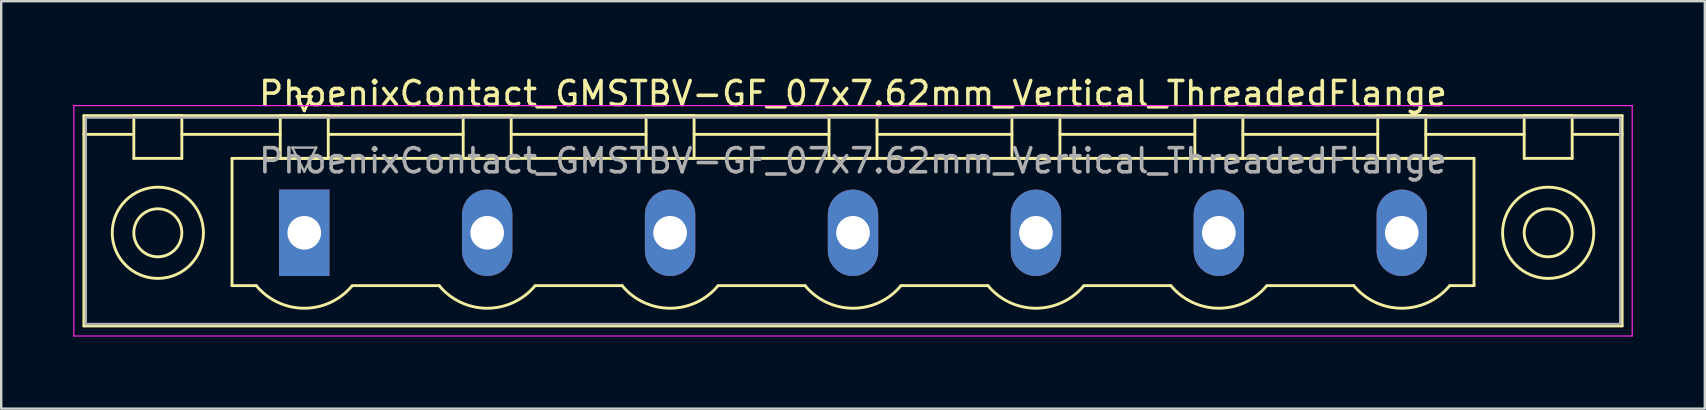
<source format=kicad_pcb>
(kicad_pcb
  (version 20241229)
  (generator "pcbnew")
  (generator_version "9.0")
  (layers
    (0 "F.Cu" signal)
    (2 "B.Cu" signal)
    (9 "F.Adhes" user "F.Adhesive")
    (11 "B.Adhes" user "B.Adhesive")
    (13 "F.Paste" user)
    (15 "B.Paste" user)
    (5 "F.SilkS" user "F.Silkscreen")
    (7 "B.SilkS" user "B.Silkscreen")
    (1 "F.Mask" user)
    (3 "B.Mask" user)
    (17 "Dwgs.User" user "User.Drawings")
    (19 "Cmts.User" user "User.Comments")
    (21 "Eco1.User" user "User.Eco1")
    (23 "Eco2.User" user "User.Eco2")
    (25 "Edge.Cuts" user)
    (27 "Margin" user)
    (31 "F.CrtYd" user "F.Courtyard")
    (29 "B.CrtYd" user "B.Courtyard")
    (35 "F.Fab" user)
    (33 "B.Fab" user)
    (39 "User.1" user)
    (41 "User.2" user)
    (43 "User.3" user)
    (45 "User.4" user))
  (footprint "PhoenixContact_GMSTBV-GF_07x7.62mm_Vertical_ThreadedFlange"
    (layer "F.Cu")
    (at 9.625 6.648)
    (property "Reference" "PhoenixContact_GMSTBV-GF_07x7.62mm_Vertical_ThreadedFlange" (at 22.86 -5.8 0) (layer "F.SilkS") (effects (font (size 1 1) (thickness 0.15))))
    (attr through_hole)
    (fp_line (start -9.18 -4.88) (end -9.18 3.88) (stroke (width 0.12) (type solid)) (layer "F.SilkS"))
    (fp_line (start -9.18 -4.1) (end -7.18 -4.1) (stroke (width 0.12) (type solid)) (layer "F.SilkS"))
    (fp_line (start -9.18 3.88) (end 54.9 3.88) (stroke (width 0.12) (type solid)) (layer "F.SilkS"))
    (fp_line (start -7.1 -4.88) (end -5.1 -4.88) (stroke (width 0.12) (type solid)) (layer "F.SilkS"))
    (fp_line (start -7.1 -3.1) (end -7.1 -4.88) (stroke (width 0.12) (type solid)) (layer "F.SilkS"))
    (fp_line (start -5.1 -4.88) (end -5.1 -3.1) (stroke (width 0.12) (type solid)) (layer "F.SilkS"))
    (fp_line (start -5.1 -4.1) (end -1 -4.1) (stroke (width 0.12) (type solid)) (layer "F.SilkS"))
    (fp_line (start -5.1 -3.1) (end -7.1 -3.1) (stroke (width 0.12) (type solid)) (layer "F.SilkS"))
    (fp_line (start -3.01 -3.1) (end 48.73 -3.1) (stroke (width 0.12) (type solid)) (layer "F.SilkS"))
    (fp_line (start -3.01 2.2) (end -3.01 -3.1) (stroke (width 0.12) (type solid)) (layer "F.SilkS"))
    (fp_line (start -2 2.2) (end -3.01 2.2) (stroke (width 0.12) (type solid)) (layer "F.SilkS"))
    (fp_line (start -1 -4.88) (end 1 -4.88) (stroke (width 0.12) (type solid)) (layer "F.SilkS"))
    (fp_line (start -1 -3.1) (end -1 -4.88) (stroke (width 0.12) (type solid)) (layer "F.SilkS"))
    (fp_line (start -0.3 -5.68) (end 0.3 -5.68) (stroke (width 0.12) (type solid)) (layer "F.SilkS"))
    (fp_line (start 0 -5.08) (end -0.3 -5.68) (stroke (width 0.12) (type solid)) (layer "F.SilkS"))
    (fp_line (start 0.3 -5.68) (end 0 -5.08) (stroke (width 0.12) (type solid)) (layer "F.SilkS"))
    (fp_line (start 1 -4.88) (end 1 -3.1) (stroke (width 0.12) (type solid)) (layer "F.SilkS"))
    (fp_line (start 1 -4.1) (end 6.62 -4.1) (stroke (width 0.12) (type solid)) (layer "F.SilkS"))
    (fp_line (start 1 -3.1) (end -1 -3.1) (stroke (width 0.12) (type solid)) (layer "F.SilkS"))
    (fp_line (start 2 2.2) (end 5.62 2.2) (stroke (width 0.12) (type solid)) (layer "F.SilkS"))
    (fp_line (start 6.62 -4.88) (end 8.62 -4.88) (stroke (width 0.12) (type solid)) (layer "F.SilkS"))
    (fp_line (start 6.62 -3.1) (end 6.62 -4.88) (stroke (width 0.12) (type solid)) (layer "F.SilkS"))
    (fp_line (start 8.62 -4.88) (end 8.62 -3.1) (stroke (width 0.12) (type solid)) (layer "F.SilkS"))
    (fp_line (start 8.62 -4.1) (end 14.24 -4.1) (stroke (width 0.12) (type solid)) (layer "F.SilkS"))
    (fp_line (start 8.62 -3.1) (end 6.62 -3.1) (stroke (width 0.12) (type solid)) (layer "F.SilkS"))
    (fp_line (start 9.62 2.2) (end 13.24 2.2) (stroke (width 0.12) (type solid)) (layer "F.SilkS"))
    (fp_line (start 14.24 -4.88) (end 16.24 -4.88) (stroke (width 0.12) (type solid)) (layer "F.SilkS"))
    (fp_line (start 14.24 -3.1) (end 14.24 -4.88) (stroke (width 0.12) (type solid)) (layer "F.SilkS"))
    (fp_line (start 16.24 -4.88) (end 16.24 -3.1) (stroke (width 0.12) (type solid)) (layer "F.SilkS"))
    (fp_line (start 16.24 -4.1) (end 21.86 -4.1) (stroke (width 0.12) (type solid)) (layer "F.SilkS"))
    (fp_line (start 16.24 -3.1) (end 14.24 -3.1) (stroke (width 0.12) (type solid)) (layer "F.SilkS"))
    (fp_line (start 17.24 2.2) (end 20.86 2.2) (stroke (width 0.12) (type solid)) (layer "F.SilkS"))
    (fp_line (start 21.86 -4.88) (end 23.86 -4.88) (stroke (width 0.12) (type solid)) (layer "F.SilkS"))
    (fp_line (start 21.86 -3.1) (end 21.86 -4.88) (stroke (width 0.12) (type solid)) (layer "F.SilkS"))
    (fp_line (start 23.86 -4.88) (end 23.86 -3.1) (stroke (width 0.12) (type solid)) (layer "F.SilkS"))
    (fp_line (start 23.86 -4.1) (end 29.48 -4.1) (stroke (width 0.12) (type solid)) (layer "F.SilkS"))
    (fp_line (start 23.86 -3.1) (end 21.86 -3.1) (stroke (width 0.12) (type solid)) (layer "F.SilkS"))
    (fp_line (start 24.86 2.2) (end 28.48 2.2) (stroke (width 0.12) (type solid)) (layer "F.SilkS"))
    (fp_line (start 29.48 -4.88) (end 31.48 -4.88) (stroke (width 0.12) (type solid)) (layer "F.SilkS"))
    (fp_line (start 29.48 -3.1) (end 29.48 -4.88) (stroke (width 0.12) (type solid)) (layer "F.SilkS"))
    (fp_line (start 31.48 -4.88) (end 31.48 -3.1) (stroke (width 0.12) (type solid)) (layer "F.SilkS"))
    (fp_line (start 31.48 -4.1) (end 37.1 -4.1) (stroke (width 0.12) (type solid)) (layer "F.SilkS"))
    (fp_line (start 31.48 -3.1) (end 29.48 -3.1) (stroke (width 0.12) (type solid)) (layer "F.SilkS"))
    (fp_line (start 32.48 2.2) (end 36.1 2.2) (stroke (width 0.12) (type solid)) (layer "F.SilkS"))
    (fp_line (start 37.1 -4.88) (end 39.1 -4.88) (stroke (width 0.12) (type solid)) (layer "F.SilkS"))
    (fp_line (start 37.1 -3.1) (end 37.1 -4.88) (stroke (width 0.12) (type solid)) (layer "F.SilkS"))
    (fp_line (start 39.1 -4.88) (end 39.1 -3.1) (stroke (width 0.12) (type solid)) (layer "F.SilkS"))
    (fp_line (start 39.1 -4.1) (end 44.72 -4.1) (stroke (width 0.12) (type solid)) (layer "F.SilkS"))
    (fp_line (start 39.1 -3.1) (end 37.1 -3.1) (stroke (width 0.12) (type solid)) (layer "F.SilkS"))
    (fp_line (start 40.1 2.2) (end 43.72 2.2) (stroke (width 0.12) (type solid)) (layer "F.SilkS"))
    (fp_line (start 44.72 -4.88) (end 46.72 -4.88) (stroke (width 0.12) (type solid)) (layer "F.SilkS"))
    (fp_line (start 44.72 -3.1) (end 44.72 -4.88) (stroke (width 0.12) (type solid)) (layer "F.SilkS"))
    (fp_line (start 46.72 -4.88) (end 46.72 -3.1) (stroke (width 0.12) (type solid)) (layer "F.SilkS"))
    (fp_line (start 46.72 -4.1) (end 50.82 -4.1) (stroke (width 0.12) (type solid)) (layer "F.SilkS"))
    (fp_line (start 46.72 -3.1) (end 44.72 -3.1) (stroke (width 0.12) (type solid)) (layer "F.SilkS"))
    (fp_line (start 48.73 -3.1) (end 48.73 2.2) (stroke (width 0.12) (type solid)) (layer "F.SilkS"))
    (fp_line (start 48.73 2.2) (end 47.72 2.2) (stroke (width 0.12) (type solid)) (layer "F.SilkS"))
    (fp_line (start 50.82 -4.88) (end 52.82 -4.88) (stroke (width 0.12) (type solid)) (layer "F.SilkS"))
    (fp_line (start 50.82 -3.1) (end 50.82 -4.88) (stroke (width 0.12) (type solid)) (layer "F.SilkS"))
    (fp_line (start 52.82 -4.88) (end 52.82 -3.1) (stroke (width 0.12) (type solid)) (layer "F.SilkS"))
    (fp_line (start 52.82 -3.1) (end 50.82 -3.1) (stroke (width 0.12) (type solid)) (layer "F.SilkS"))
    (fp_line (start 54.9 -4.88) (end -9.18 -4.88) (stroke (width 0.12) (type solid)) (layer "F.SilkS"))
    (fp_line (start 54.9 -4.1) (end 52.9 -4.1) (stroke (width 0.12) (type solid)) (layer "F.SilkS"))
    (fp_line (start 54.9 3.88) (end 54.9 -4.88) (stroke (width 0.12) (type solid)) (layer "F.SilkS"))
    (fp_arc (start 1.986842 2.215821) (mid -0.010289 3.142758) (end -2 2.2) (stroke (width 0.12) (type solid)) (layer "F.SilkS"))
    (fp_arc (start 9.606842 2.215821) (mid 7.609711 3.142758) (end 5.62 2.2) (stroke (width 0.12) (type solid)) (layer "F.SilkS"))
    (fp_arc (start 17.226842 2.215821) (mid 15.229711 3.142758) (end 13.24 2.2) (stroke (width 0.12) (type solid)) (layer "F.SilkS"))
    (fp_arc (start 24.846842 2.215821) (mid 22.849711 3.142758) (end 20.86 2.2) (stroke (width 0.12) (type solid)) (layer "F.SilkS"))
    (fp_arc (start 32.466842 2.215821) (mid 30.469711 3.142758) (end 28.48 2.2) (stroke (width 0.12) (type solid)) (layer "F.SilkS"))
    (fp_arc (start 40.086842 2.215821) (mid 38.089711 3.142758) (end 36.1 2.2) (stroke (width 0.12) (type solid)) (layer "F.SilkS"))
    (fp_arc (start 47.706842 2.215821) (mid 45.709711 3.142758) (end 43.72 2.2) (stroke (width 0.12) (type solid)) (layer "F.SilkS"))
    (fp_circle (center -6.1 0) (end -5.1 0) (stroke (width 0.12) (type solid)) (fill no) (layer "F.SilkS"))
    (fp_circle (center -6.1 0) (end -4.2 0) (stroke (width 0.12) (type solid)) (fill no) (layer "F.SilkS"))
    (fp_circle (center 51.82 0) (end 52.82 0) (stroke (width 0.12) (type solid)) (fill no) (layer "F.SilkS"))
    (fp_circle (center 51.82 0) (end 53.72 0) (stroke (width 0.12) (type solid)) (fill no) (layer "F.SilkS"))
    (fp_line (start -9.6 -5.3) (end -9.6 4.3) (stroke (width 0.05) (type solid)) (layer "F.CrtYd"))
    (fp_line (start -9.6 4.3) (end 55.32 4.3) (stroke (width 0.05) (type solid)) (layer "F.CrtYd"))
    (fp_line (start 55.32 -5.3) (end -9.6 -5.3) (stroke (width 0.05) (type solid)) (layer "F.CrtYd"))
    (fp_line (start 55.32 4.3) (end 55.32 -5.3) (stroke (width 0.05) (type solid)) (layer "F.CrtYd"))
    (fp_line (start -9.1 -4.8) (end -9.1 3.8) (stroke (width 0.1) (type solid)) (layer "F.Fab"))
    (fp_line (start -9.1 3.8) (end 54.82 3.8) (stroke (width 0.1) (type solid)) (layer "F.Fab"))
    (fp_line (start -0.5 -3.55) (end 0.5 -3.55) (stroke (width 0.1) (type solid)) (layer "F.Fab"))
    (fp_line (start 0 -2.55) (end -0.5 -3.55) (stroke (width 0.1) (type solid)) (layer "F.Fab"))
    (fp_line (start 0.5 -3.55) (end 0 -2.55) (stroke (width 0.1) (type solid)) (layer "F.Fab"))
    (fp_line (start 54.82 -4.8) (end -9.1 -4.8) (stroke (width 0.1) (type solid)) (layer "F.Fab"))
    (fp_line (start 54.82 3.8) (end 54.82 -4.8) (stroke (width 0.1) (type solid)) (layer "F.Fab"))
    (fp_text user "${REFERENCE}" (at 22.86 -3 0) (layer "F.Fab") (effects (font (size 1 1) (thickness 0.15))))
    (pad "1" thru_hole rect (at 0 0) (size 2.1 3.6) (drill 1.4) (layers "*.Cu" "*.Mask"))
    (pad "2" thru_hole oval (at 7.62 0) (size 2.1 3.6) (drill 1.4) (layers "*.Cu" "*.Mask"))
    (pad "3" thru_hole oval (at 15.24 0) (size 2.1 3.6) (drill 1.4) (layers "*.Cu" "*.Mask"))
    (pad "4" thru_hole oval (at 22.86 0) (size 2.1 3.6) (drill 1.4) (layers "*.Cu" "*.Mask"))
    (pad "5" thru_hole oval (at 30.48 0) (size 2.1 3.6) (drill 1.4) (layers "*.Cu" "*.Mask"))
    (pad "6" thru_hole oval (at 38.1 0) (size 2.1 3.6) (drill 1.4) (layers "*.Cu" "*.Mask"))
    (pad "7" thru_hole oval (at 45.72 0) (size 2.1 3.6) (drill 1.4) (layers "*.Cu" "*.Mask")))
  (gr_rect
    (start -3 -3)
    (end 67.97 13.973)
    (stroke (width 0.1) (type default))
    (fill no)
    (layer "Edge.Cuts")))
</source>
